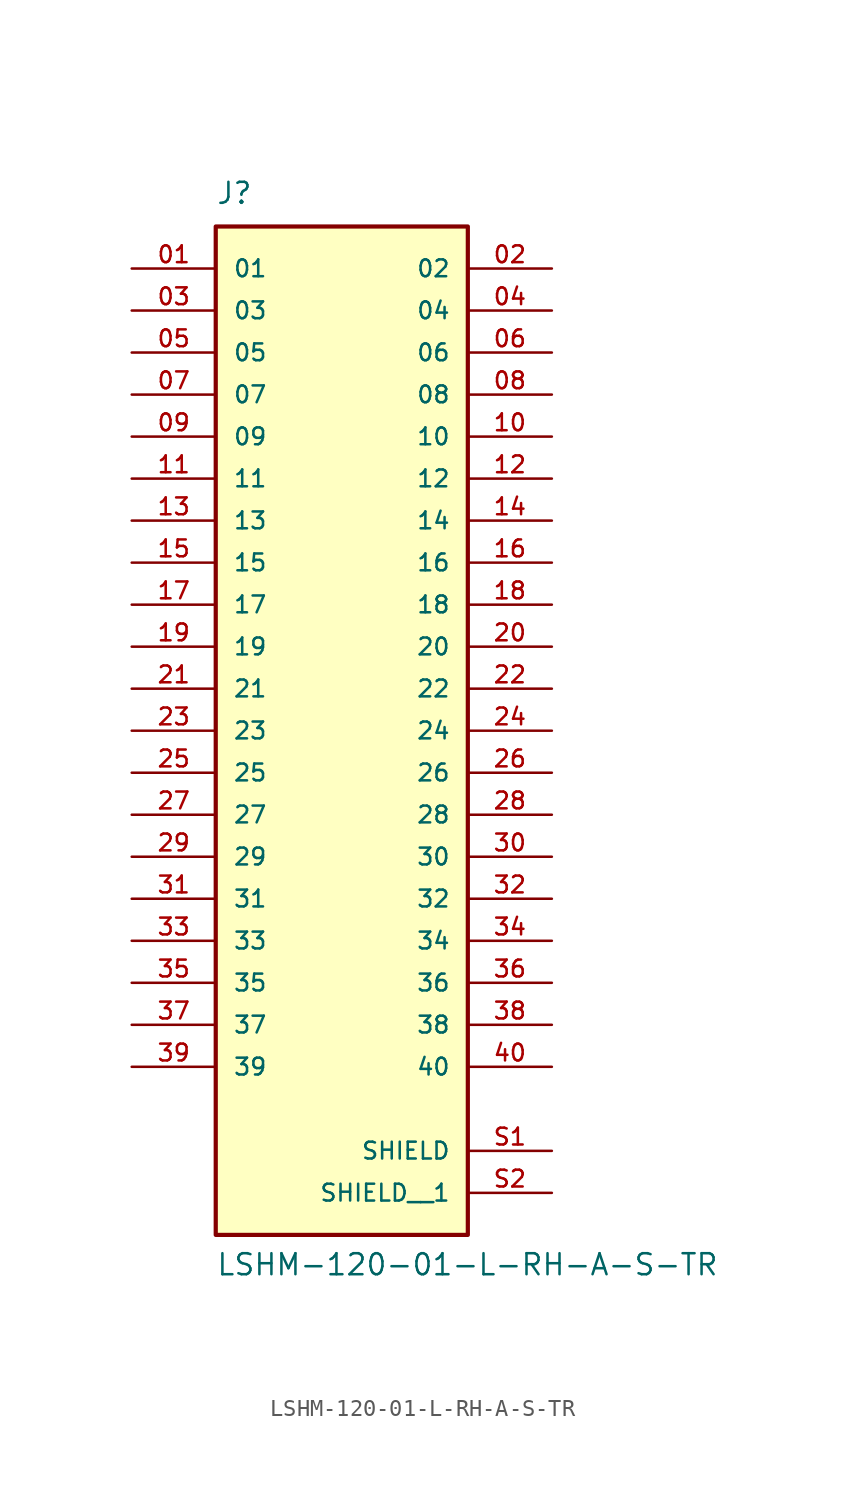
<source format=kicad_sym>
(kicad_symbol_lib
  (version 20211014)
  (generator kicad_symbol_editor)
  (symbol "LSHM-120-01-L-RH-A-S-TR"
    (pin_names
      (offset 1.016))
    (property "Reference" "J"
      (at -7.62 29.21 0)
      (effects (font (size 1.27 1.27)) (justify bottom left)))
    (property "Value" "LSHM-120-01-L-RH-A-S-TR"
      (at -7.62 -35.56 0)
      (effects (font (size 1.27 1.27)) (justify bottom left)))
    (symbol "LSHM-120-01-L-RH-A-S-TR_0_0"
      (rectangle (start -7.62 -33.02) (end 7.62 27.94) (stroke (width 0.254)) (fill (type background)))
      (pin passive line (at -12.7 25.4 0) (length 5.08) (name "01" (effects (font (size 1.016 1.016)))) (number "01" (effects (font (size 1.016 1.016)))))
      (pin passive line (at 12.7 25.4 180.0) (length 5.08) (name "02" (effects (font (size 1.016 1.016)))) (number "02" (effects (font (size 1.016 1.016)))))
      (pin passive line (at -12.7 22.86 0) (length 5.08) (name "03" (effects (font (size 1.016 1.016)))) (number "03" (effects (font (size 1.016 1.016)))))
      (pin passive line (at 12.7 22.86 180.0) (length 5.08) (name "04" (effects (font (size 1.016 1.016)))) (number "04" (effects (font (size 1.016 1.016)))))
      (pin passive line (at -12.7 20.32 0) (length 5.08) (name "05" (effects (font (size 1.016 1.016)))) (number "05" (effects (font (size 1.016 1.016)))))
      (pin passive line (at 12.7 20.32 180.0) (length 5.08) (name "06" (effects (font (size 1.016 1.016)))) (number "06" (effects (font (size 1.016 1.016)))))
      (pin passive line (at -12.7 17.78 0) (length 5.08) (name "07" (effects (font (size 1.016 1.016)))) (number "07" (effects (font (size 1.016 1.016)))))
      (pin passive line (at 12.7 17.78 180.0) (length 5.08) (name "08" (effects (font (size 1.016 1.016)))) (number "08" (effects (font (size 1.016 1.016)))))
      (pin passive line (at -12.7 15.24 0) (length 5.08) (name "09" (effects (font (size 1.016 1.016)))) (number "09" (effects (font (size 1.016 1.016)))))
      (pin passive line (at 12.7 15.24 180.0) (length 5.08) (name "10" (effects (font (size 1.016 1.016)))) (number "10" (effects (font (size 1.016 1.016)))))
      (pin passive line (at -12.7 12.7 0) (length 5.08) (name "11" (effects (font (size 1.016 1.016)))) (number "11" (effects (font (size 1.016 1.016)))))
      (pin passive line (at 12.7 12.7 180.0) (length 5.08) (name "12" (effects (font (size 1.016 1.016)))) (number "12" (effects (font (size 1.016 1.016)))))
      (pin passive line (at -12.7 10.16 0) (length 5.08) (name "13" (effects (font (size 1.016 1.016)))) (number "13" (effects (font (size 1.016 1.016)))))
      (pin passive line (at 12.7 10.16 180.0) (length 5.08) (name "14" (effects (font (size 1.016 1.016)))) (number "14" (effects (font (size 1.016 1.016)))))
      (pin passive line (at -12.7 7.62 0) (length 5.08) (name "15" (effects (font (size 1.016 1.016)))) (number "15" (effects (font (size 1.016 1.016)))))
      (pin passive line (at 12.7 7.62 180.0) (length 5.08) (name "16" (effects (font (size 1.016 1.016)))) (number "16" (effects (font (size 1.016 1.016)))))
      (pin passive line (at -12.7 5.08 0) (length 5.08) (name "17" (effects (font (size 1.016 1.016)))) (number "17" (effects (font (size 1.016 1.016)))))
      (pin passive line (at 12.7 5.08 180.0) (length 5.08) (name "18" (effects (font (size 1.016 1.016)))) (number "18" (effects (font (size 1.016 1.016)))))
      (pin passive line (at -12.7 2.54 0) (length 5.08) (name "19" (effects (font (size 1.016 1.016)))) (number "19" (effects (font (size 1.016 1.016)))))
      (pin passive line (at 12.7 2.54 180.0) (length 5.08) (name "20" (effects (font (size 1.016 1.016)))) (number "20" (effects (font (size 1.016 1.016)))))
      (pin passive line (at 12.7 -27.94 180.0) (length 5.08) (name "SHIELD" (effects (font (size 1.016 1.016)))) (number "S1" (effects (font (size 1.016 1.016)))))
      (pin passive line (at -12.7 0.0 0) (length 5.08) (name "21" (effects (font (size 1.016 1.016)))) (number "21" (effects (font (size 1.016 1.016)))))
      (pin passive line (at 12.7 0.0 180.0) (length 5.08) (name "22" (effects (font (size 1.016 1.016)))) (number "22" (effects (font (size 1.016 1.016)))))
      (pin passive line (at -12.7 -2.54 0) (length 5.08) (name "23" (effects (font (size 1.016 1.016)))) (number "23" (effects (font (size 1.016 1.016)))))
      (pin passive line (at 12.7 -2.54 180.0) (length 5.08) (name "24" (effects (font (size 1.016 1.016)))) (number "24" (effects (font (size 1.016 1.016)))))
      (pin passive line (at -12.7 -5.08 0) (length 5.08) (name "25" (effects (font (size 1.016 1.016)))) (number "25" (effects (font (size 1.016 1.016)))))
      (pin passive line (at 12.7 -5.08 180.0) (length 5.08) (name "26" (effects (font (size 1.016 1.016)))) (number "26" (effects (font (size 1.016 1.016)))))
      (pin passive line (at -12.7 -7.62 0) (length 5.08) (name "27" (effects (font (size 1.016 1.016)))) (number "27" (effects (font (size 1.016 1.016)))))
      (pin passive line (at 12.7 -7.62 180.0) (length 5.08) (name "28" (effects (font (size 1.016 1.016)))) (number "28" (effects (font (size 1.016 1.016)))))
      (pin passive line (at -12.7 -10.16 0) (length 5.08) (name "29" (effects (font (size 1.016 1.016)))) (number "29" (effects (font (size 1.016 1.016)))))
      (pin passive line (at 12.7 -10.16 180.0) (length 5.08) (name "30" (effects (font (size 1.016 1.016)))) (number "30" (effects (font (size 1.016 1.016)))))
      (pin passive line (at -12.7 -12.7 0) (length 5.08) (name "31" (effects (font (size 1.016 1.016)))) (number "31" (effects (font (size 1.016 1.016)))))
      (pin passive line (at 12.7 -12.7 180.0) (length 5.08) (name "32" (effects (font (size 1.016 1.016)))) (number "32" (effects (font (size 1.016 1.016)))))
      (pin passive line (at -12.7 -15.24 0) (length 5.08) (name "33" (effects (font (size 1.016 1.016)))) (number "33" (effects (font (size 1.016 1.016)))))
      (pin passive line (at 12.7 -15.24 180.0) (length 5.08) (name "34" (effects (font (size 1.016 1.016)))) (number "34" (effects (font (size 1.016 1.016)))))
      (pin passive line (at -12.7 -17.78 0) (length 5.08) (name "35" (effects (font (size 1.016 1.016)))) (number "35" (effects (font (size 1.016 1.016)))))
      (pin passive line (at 12.7 -17.78 180.0) (length 5.08) (name "36" (effects (font (size 1.016 1.016)))) (number "36" (effects (font (size 1.016 1.016)))))
      (pin passive line (at -12.7 -20.32 0) (length 5.08) (name "37" (effects (font (size 1.016 1.016)))) (number "37" (effects (font (size 1.016 1.016)))))
      (pin passive line (at 12.7 -20.32 180.0) (length 5.08) (name "38" (effects (font (size 1.016 1.016)))) (number "38" (effects (font (size 1.016 1.016)))))
      (pin passive line (at -12.7 -22.86 0) (length 5.08) (name "39" (effects (font (size 1.016 1.016)))) (number "39" (effects (font (size 1.016 1.016)))))
      (pin passive line (at 12.7 -22.86 180.0) (length 5.08) (name "40" (effects (font (size 1.016 1.016)))) (number "40" (effects (font (size 1.016 1.016)))))
      (pin passive line (at 12.7 -30.48 180.0) (length 5.08) (name "SHIELD__1" (effects (font (size 1.016 1.016)))) (number "S2" (effects (font (size 1.016 1.016))))))))
</source>
